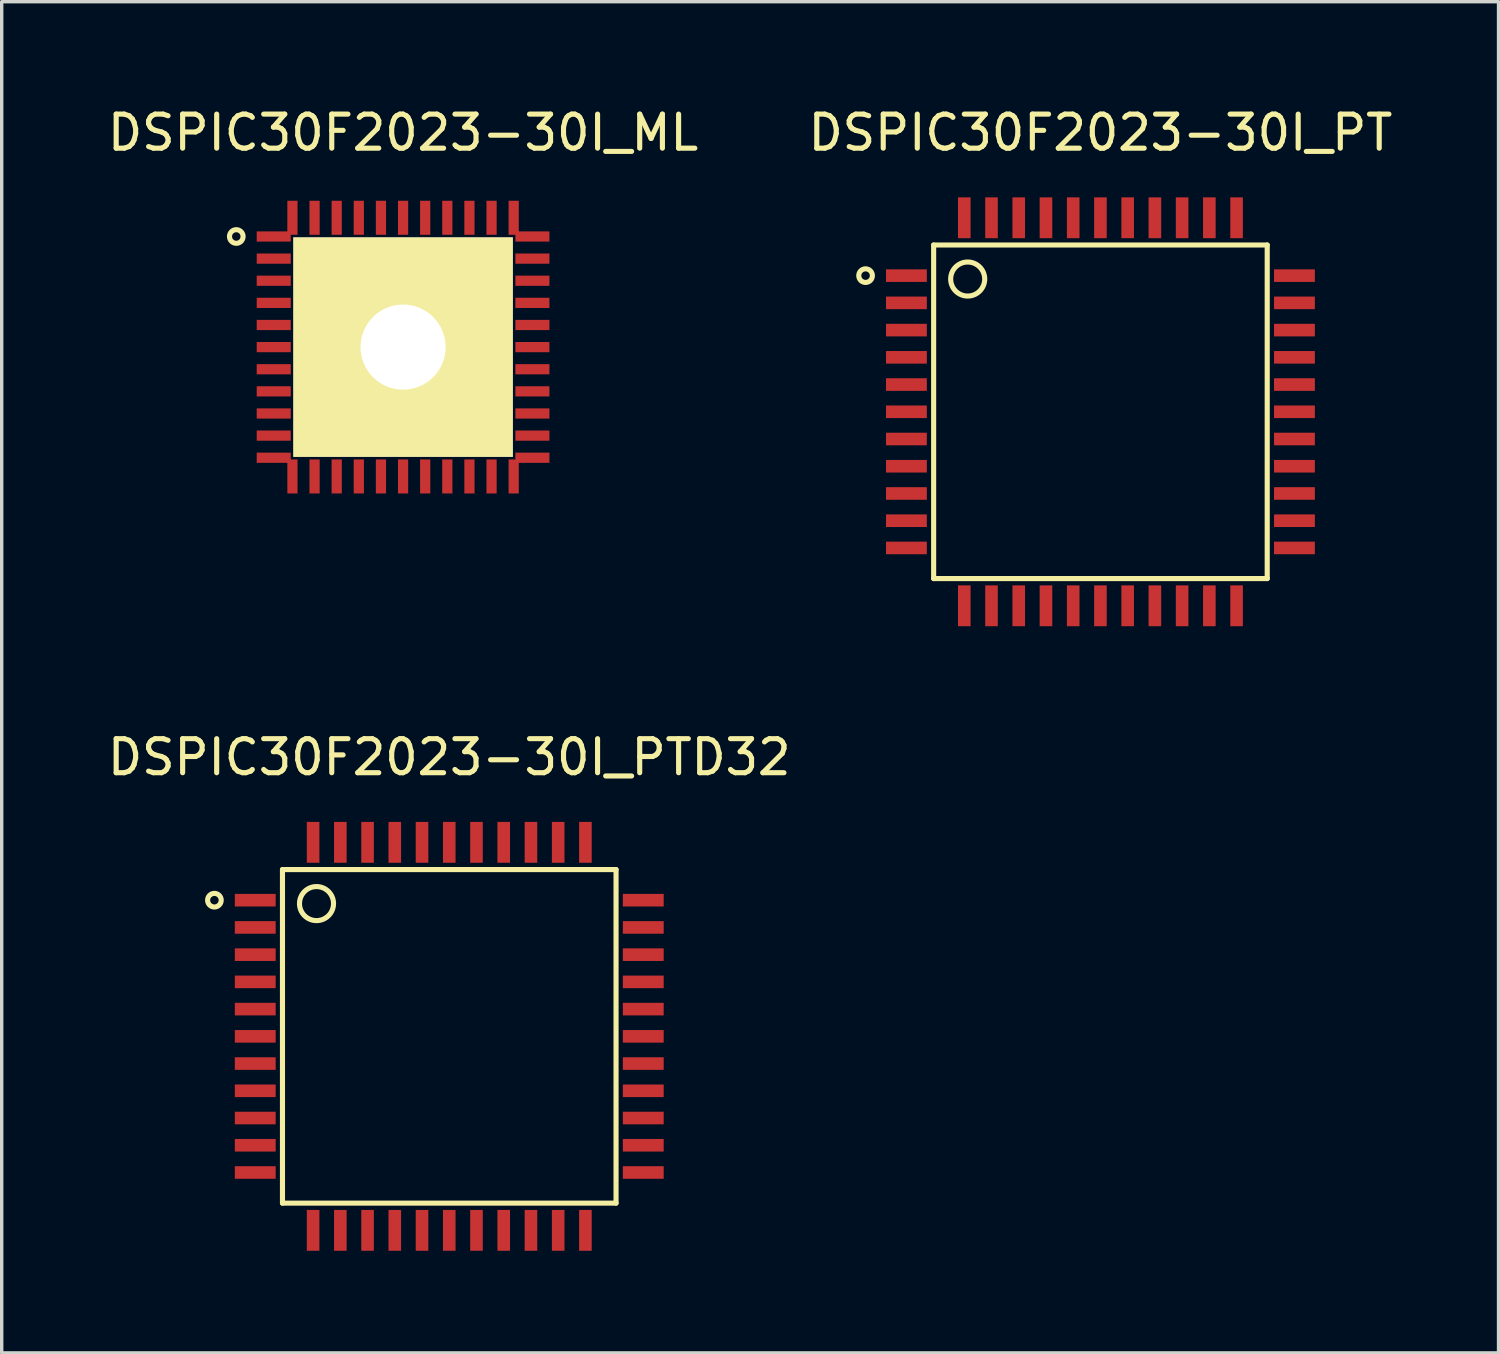
<source format=kicad_pcb>
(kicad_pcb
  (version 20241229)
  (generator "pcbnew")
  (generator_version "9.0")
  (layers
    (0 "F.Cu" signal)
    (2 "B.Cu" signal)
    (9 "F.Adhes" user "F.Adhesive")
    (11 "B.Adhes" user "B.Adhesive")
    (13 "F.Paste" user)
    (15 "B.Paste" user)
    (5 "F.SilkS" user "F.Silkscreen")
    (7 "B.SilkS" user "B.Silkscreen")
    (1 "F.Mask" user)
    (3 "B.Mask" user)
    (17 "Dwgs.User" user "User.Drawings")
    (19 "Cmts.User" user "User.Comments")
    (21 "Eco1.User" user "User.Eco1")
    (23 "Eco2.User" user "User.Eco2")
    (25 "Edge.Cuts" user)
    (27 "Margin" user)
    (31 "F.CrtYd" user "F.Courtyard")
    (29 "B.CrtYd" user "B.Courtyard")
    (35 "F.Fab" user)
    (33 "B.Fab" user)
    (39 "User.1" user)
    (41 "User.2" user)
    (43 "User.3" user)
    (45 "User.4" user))
  (footprint "DSPIC30F2023-30I_PT"
    (layer "F.Cu")
    (at 23.58 3.348)
    (property "Reference" "DSPIC30F2023-30I_PT" (at 5.7 -2.5 0) (layer "F.SilkS") (effects (font (size 1 1) (thickness 0.15))))
    (attr through_hole)
    (fp_line (start 0.8 0.8) (end 0.8 10.6) (stroke (width 0.15) (type solid)) (layer "F.SilkS"))
    (fp_line (start 0.8 0.8) (end 10.6 0.8) (stroke (width 0.15) (type solid)) (layer "F.SilkS"))
    (fp_line (start 0.8 10.6) (end 10.6 10.6) (stroke (width 0.15) (type solid)) (layer "F.SilkS"))
    (fp_line (start 10.6 10.6) (end 10.6 0.8) (stroke (width 0.15) (type solid)) (layer "F.SilkS"))
    (fp_circle (center -1.2 1.7) (end -1.2 1.5) (stroke (width 0.15) (type solid)) (fill no) (layer "F.SilkS"))
    (fp_circle (center 1.8 1.8) (end 1.8 1.3) (stroke (width 0.15) (type solid)) (fill no) (layer "F.SilkS"))
    (pad "1" smd rect (at 0 1.7) (size 1.2 0.37) (layers "F.Cu" "F.Mask" "F.Paste"))
    (pad "2" smd rect (at 0 2.5) (size 1.2 0.37) (layers "F.Cu" "F.Mask" "F.Paste"))
    (pad "3" smd rect (at 0 3.3) (size 1.2 0.37) (layers "F.Cu" "F.Mask" "F.Paste"))
    (pad "4" smd rect (at 0 4.1) (size 1.2 0.37) (layers "F.Cu" "F.Mask" "F.Paste"))
    (pad "5" smd rect (at 0 4.9) (size 1.2 0.37) (layers "F.Cu" "F.Mask" "F.Paste"))
    (pad "6" smd rect (at 0 5.7) (size 1.2 0.37) (layers "F.Cu" "F.Mask" "F.Paste"))
    (pad "7" smd rect (at 0 6.5) (size 1.2 0.37) (layers "F.Cu" "F.Mask" "F.Paste"))
    (pad "8" smd rect (at 0 7.3) (size 1.2 0.37) (layers "F.Cu" "F.Mask" "F.Paste"))
    (pad "9" smd rect (at 0 8.1) (size 1.2 0.37) (layers "F.Cu" "F.Mask" "F.Paste"))
    (pad "10" smd rect (at 0 8.9) (size 1.2 0.37) (layers "F.Cu" "F.Mask" "F.Paste"))
    (pad "11" smd rect (at 0 9.7) (size 1.2 0.37) (layers "F.Cu" "F.Mask" "F.Paste"))
    (pad "12" smd rect (at 1.7 11.4) (size 0.37 1.2) (layers "F.Cu" "F.Mask" "F.Paste"))
    (pad "13" smd rect (at 2.5 11.4) (size 0.37 1.2) (layers "F.Cu" "F.Mask" "F.Paste"))
    (pad "14" smd rect (at 3.3 11.4) (size 0.37 1.2) (layers "F.Cu" "F.Mask" "F.Paste"))
    (pad "15" smd rect (at 4.1 11.4) (size 0.37 1.2) (layers "F.Cu" "F.Mask" "F.Paste"))
    (pad "16" smd rect (at 4.9 11.4) (size 0.37 1.2) (layers "F.Cu" "F.Mask" "F.Paste"))
    (pad "17" smd rect (at 5.7 11.4) (size 0.37 1.2) (layers "F.Cu" "F.Mask" "F.Paste"))
    (pad "18" smd rect (at 6.5 11.4) (size 0.37 1.2) (layers "F.Cu" "F.Mask" "F.Paste"))
    (pad "19" smd rect (at 7.3 11.4) (size 0.37 1.2) (layers "F.Cu" "F.Mask" "F.Paste"))
    (pad "20" smd rect (at 8.1 11.4) (size 0.37 1.2) (layers "F.Cu" "F.Mask" "F.Paste"))
    (pad "21" smd rect (at 8.9 11.4) (size 0.37 1.2) (layers "F.Cu" "F.Mask" "F.Paste"))
    (pad "22" smd rect (at 9.7 11.4) (size 0.37 1.2) (layers "F.Cu" "F.Mask" "F.Paste"))
    (pad "23" smd rect (at 11.4 9.7) (size 1.2 0.37) (layers "F.Cu" "F.Mask" "F.Paste"))
    (pad "24" smd rect (at 11.4 8.9) (size 1.2 0.37) (layers "F.Cu" "F.Mask" "F.Paste"))
    (pad "25" smd rect (at 11.4 8.1) (size 1.2 0.37) (layers "F.Cu" "F.Mask" "F.Paste"))
    (pad "26" smd rect (at 11.4 7.3) (size 1.2 0.37) (layers "F.Cu" "F.Mask" "F.Paste"))
    (pad "27" smd rect (at 11.4 6.5) (size 1.2 0.37) (layers "F.Cu" "F.Mask" "F.Paste"))
    (pad "28" smd rect (at 11.4 5.7) (size 1.2 0.37) (layers "F.Cu" "F.Mask" "F.Paste"))
    (pad "29" smd rect (at 11.4 4.9) (size 1.2 0.37) (layers "F.Cu" "F.Mask" "F.Paste"))
    (pad "30" smd rect (at 11.4 4.1) (size 1.2 0.37) (layers "F.Cu" "F.Mask" "F.Paste"))
    (pad "31" smd rect (at 11.4 3.3) (size 1.2 0.37) (layers "F.Cu" "F.Mask" "F.Paste"))
    (pad "32" smd rect (at 11.4 2.5) (size 1.2 0.37) (layers "F.Cu" "F.Mask" "F.Paste"))
    (pad "33" smd rect (at 11.4 1.7) (size 1.2 0.37) (layers "F.Cu" "F.Mask" "F.Paste"))
    (pad "34" smd rect (at 9.7 0) (size 0.37 1.2) (layers "F.Cu" "F.Mask" "F.Paste"))
    (pad "35" smd rect (at 8.9 0) (size 0.37 1.2) (layers "F.Cu" "F.Mask" "F.Paste"))
    (pad "36" smd rect (at 8.1 0) (size 0.37 1.2) (layers "F.Cu" "F.Mask" "F.Paste"))
    (pad "37" smd rect (at 7.3 0) (size 0.37 1.2) (layers "F.Cu" "F.Mask" "F.Paste"))
    (pad "38" smd rect (at 6.5 0) (size 0.37 1.2) (layers "F.Cu" "F.Mask" "F.Paste"))
    (pad "39" smd rect (at 5.7 0) (size 0.37 1.2) (layers "F.Cu" "F.Mask" "F.Paste"))
    (pad "40" smd rect (at 4.9 0) (size 0.37 1.2) (layers "F.Cu" "F.Mask" "F.Paste"))
    (pad "41" smd rect (at 4.1 0) (size 0.37 1.2) (layers "F.Cu" "F.Mask" "F.Paste"))
    (pad "42" smd rect (at 3.3 0) (size 0.37 1.2) (layers "F.Cu" "F.Mask" "F.Paste"))
    (pad "43" smd rect (at 2.5 0) (size 0.37 1.2) (layers "F.Cu" "F.Mask" "F.Paste"))
    (pad "44" smd rect (at 1.7 0) (size 0.37 1.2) (layers "F.Cu" "F.Mask" "F.Paste")))
  (footprint "DSPIC30F2023-30I_PTD32"
    (layer "F.Cu")
    (at 4.449 21.697)
    (property "Reference" "DSPIC30F2023-30I_PTD32" (at 5.7 -2.5 0) (layer "F.SilkS") (effects (font (size 1 1) (thickness 0.15))))
    (attr through_hole)
    (fp_line (start 0.8 0.8) (end 0.8 10.6) (stroke (width 0.15) (type solid)) (layer "F.SilkS"))
    (fp_line (start 0.8 0.8) (end 10.6 0.8) (stroke (width 0.15) (type solid)) (layer "F.SilkS"))
    (fp_line (start 0.8 10.6) (end 10.6 10.6) (stroke (width 0.15) (type solid)) (layer "F.SilkS"))
    (fp_line (start 10.6 10.6) (end 10.6 0.8) (stroke (width 0.15) (type solid)) (layer "F.SilkS"))
    (fp_circle (center -1.2 1.7) (end -1.2 1.5) (stroke (width 0.15) (type solid)) (fill no) (layer "F.SilkS"))
    (fp_circle (center 1.8 1.8) (end 1.8 1.3) (stroke (width 0.15) (type solid)) (fill no) (layer "F.SilkS"))
    (pad "1" smd rect (at 0 1.7) (size 1.2 0.37) (layers "F.Cu" "F.Mask" "F.Paste"))
    (pad "2" smd rect (at 0 2.5) (size 1.2 0.37) (layers "F.Cu" "F.Mask" "F.Paste"))
    (pad "3" smd rect (at 0 3.3) (size 1.2 0.37) (layers "F.Cu" "F.Mask" "F.Paste"))
    (pad "4" smd rect (at 0 4.1) (size 1.2 0.37) (layers "F.Cu" "F.Mask" "F.Paste"))
    (pad "5" smd rect (at 0 4.9) (size 1.2 0.37) (layers "F.Cu" "F.Mask" "F.Paste"))
    (pad "6" smd rect (at 0 5.7) (size 1.2 0.37) (layers "F.Cu" "F.Mask" "F.Paste"))
    (pad "7" smd rect (at 0 6.5) (size 1.2 0.37) (layers "F.Cu" "F.Mask" "F.Paste"))
    (pad "8" smd rect (at 0 7.3) (size 1.2 0.37) (layers "F.Cu" "F.Mask" "F.Paste"))
    (pad "9" smd rect (at 0 8.1) (size 1.2 0.37) (layers "F.Cu" "F.Mask" "F.Paste"))
    (pad "10" smd rect (at 0 8.9) (size 1.2 0.37) (layers "F.Cu" "F.Mask" "F.Paste"))
    (pad "11" smd rect (at 0 9.7) (size 1.2 0.37) (layers "F.Cu" "F.Mask" "F.Paste"))
    (pad "12" smd rect (at 1.7 11.4) (size 0.37 1.2) (layers "F.Cu" "F.Mask" "F.Paste"))
    (pad "13" smd rect (at 2.5 11.4) (size 0.37 1.2) (layers "F.Cu" "F.Mask" "F.Paste"))
    (pad "14" smd rect (at 3.3 11.4) (size 0.37 1.2) (layers "F.Cu" "F.Mask" "F.Paste"))
    (pad "15" smd rect (at 4.1 11.4) (size 0.37 1.2) (layers "F.Cu" "F.Mask" "F.Paste"))
    (pad "16" smd rect (at 4.9 11.4) (size 0.37 1.2) (layers "F.Cu" "F.Mask" "F.Paste"))
    (pad "17" smd rect (at 5.7 11.4) (size 0.37 1.2) (layers "F.Cu" "F.Mask" "F.Paste"))
    (pad "18" smd rect (at 6.5 11.4) (size 0.37 1.2) (layers "F.Cu" "F.Mask" "F.Paste"))
    (pad "19" smd rect (at 7.3 11.4) (size 0.37 1.2) (layers "F.Cu" "F.Mask" "F.Paste"))
    (pad "20" smd rect (at 8.1 11.4) (size 0.37 1.2) (layers "F.Cu" "F.Mask" "F.Paste"))
    (pad "21" smd rect (at 8.9 11.4) (size 0.37 1.2) (layers "F.Cu" "F.Mask" "F.Paste"))
    (pad "22" smd rect (at 9.7 11.4) (size 0.37 1.2) (layers "F.Cu" "F.Mask" "F.Paste"))
    (pad "23" smd rect (at 11.4 9.7) (size 1.2 0.37) (layers "F.Cu" "F.Mask" "F.Paste"))
    (pad "24" smd rect (at 11.4 8.9) (size 1.2 0.37) (layers "F.Cu" "F.Mask" "F.Paste"))
    (pad "25" smd rect (at 11.4 8.1) (size 1.2 0.37) (layers "F.Cu" "F.Mask" "F.Paste"))
    (pad "26" smd rect (at 11.4 7.3) (size 1.2 0.37) (layers "F.Cu" "F.Mask" "F.Paste"))
    (pad "27" smd rect (at 11.4 6.5) (size 1.2 0.37) (layers "F.Cu" "F.Mask" "F.Paste"))
    (pad "28" smd rect (at 11.4 5.7) (size 1.2 0.37) (layers "F.Cu" "F.Mask" "F.Paste"))
    (pad "29" smd rect (at 11.4 4.9) (size 1.2 0.37) (layers "F.Cu" "F.Mask" "F.Paste"))
    (pad "30" smd rect (at 11.4 4.1) (size 1.2 0.37) (layers "F.Cu" "F.Mask" "F.Paste"))
    (pad "31" smd rect (at 11.4 3.3) (size 1.2 0.37) (layers "F.Cu" "F.Mask" "F.Paste"))
    (pad "32" smd rect (at 11.4 2.5) (size 1.2 0.37) (layers "F.Cu" "F.Mask" "F.Paste"))
    (pad "33" smd rect (at 11.4 1.7) (size 1.2 0.37) (layers "F.Cu" "F.Mask" "F.Paste"))
    (pad "34" smd rect (at 9.7 0) (size 0.37 1.2) (layers "F.Cu" "F.Mask" "F.Paste"))
    (pad "35" smd rect (at 8.9 0) (size 0.37 1.2) (layers "F.Cu" "F.Mask" "F.Paste"))
    (pad "36" smd rect (at 8.1 0) (size 0.37 1.2) (layers "F.Cu" "F.Mask" "F.Paste"))
    (pad "37" smd rect (at 7.3 0) (size 0.37 1.2) (layers "F.Cu" "F.Mask" "F.Paste"))
    (pad "38" smd rect (at 6.5 0) (size 0.37 1.2) (layers "F.Cu" "F.Mask" "F.Paste"))
    (pad "39" smd rect (at 5.7 0) (size 0.37 1.2) (layers "F.Cu" "F.Mask" "F.Paste"))
    (pad "40" smd rect (at 4.9 0) (size 0.37 1.2) (layers "F.Cu" "F.Mask" "F.Paste"))
    (pad "41" smd rect (at 4.1 0) (size 0.37 1.2) (layers "F.Cu" "F.Mask" "F.Paste"))
    (pad "42" smd rect (at 3.3 0) (size 0.37 1.2) (layers "F.Cu" "F.Mask" "F.Paste"))
    (pad "43" smd rect (at 2.5 0) (size 0.37 1.2) (layers "F.Cu" "F.Mask" "F.Paste"))
    (pad "44" smd rect (at 1.7 0) (size 0.37 1.2) (layers "F.Cu" "F.Mask" "F.Paste")))
  (footprint "DSPIC30F2023-30I_ML"
    (layer "F.Cu")
    (at 4.992 3.348)
    (property "Reference" "DSPIC30F2023-30I_ML" (at 3.8 -2.5 0) (layer "F.SilkS") (effects (font (size 1 1) (thickness 0.15))))
    (attr through_hole)
    (fp_line (start 0.7 0.7) (end 0.7 6.9) (stroke (width 0.15) (type solid)) (layer "F.SilkS"))
    (fp_line (start 0.7 0.7) (end 6.9 0.7) (stroke (width 0.15) (type solid)) (layer "F.SilkS"))
    (fp_line (start 0.7 6.9) (end 6.9 6.9) (stroke (width 0.15) (type solid)) (layer "F.SilkS"))
    (fp_line (start 6.9 6.9) (end 6.9 0.7) (stroke (width 0.15) (type solid)) (layer "F.SilkS"))
    (fp_circle (center -1.1 0.55) (end -1.1 0.35) (stroke (width 0.15) (type solid)) (fill no) (layer "F.SilkS"))
    (fp_circle (center 1.7 1.7) (end 1.7 1.2) (stroke (width 0.15) (type solid)) (fill no) (layer "F.SilkS"))
    (pad "1" smd rect (at 0 0.55) (size 1 0.3) (layers "F.Cu" "F.Mask" "F.Paste"))
    (pad "2" smd rect (at 0 1.2) (size 1 0.3) (layers "F.Cu" "F.Mask" "F.Paste"))
    (pad "3" smd rect (at 0 1.85) (size 1 0.3) (layers "F.Cu" "F.Mask" "F.Paste"))
    (pad "4" smd rect (at 0 2.5) (size 1 0.3) (layers "F.Cu" "F.Mask" "F.Paste"))
    (pad "5" smd rect (at 0 3.15) (size 1 0.3) (layers "F.Cu" "F.Mask" "F.Paste"))
    (pad "6" smd rect (at 0 3.8) (size 1 0.3) (layers "F.Cu" "F.Mask" "F.Paste"))
    (pad "7" smd rect (at 0 4.45) (size 1 0.3) (layers "F.Cu" "F.Mask" "F.Paste"))
    (pad "8" smd rect (at 0 5.1) (size 1 0.3) (layers "F.Cu" "F.Mask" "F.Paste"))
    (pad "9" smd rect (at 0 5.75) (size 1 0.3) (layers "F.Cu" "F.Mask" "F.Paste"))
    (pad "10" smd rect (at 0 6.4) (size 1 0.3) (layers "F.Cu" "F.Mask" "F.Paste"))
    (pad "11" smd rect (at 0 7.05) (size 1 0.3) (layers "F.Cu" "F.Mask" "F.Paste"))
    (pad "12" smd rect (at 0.55 7.6) (size 0.3 1) (layers "F.Cu" "F.Mask" "F.Paste"))
    (pad "13" smd rect (at 1.2 7.6) (size 0.3 1) (layers "F.Cu" "F.Mask" "F.Paste"))
    (pad "14" smd rect (at 1.85 7.6) (size 0.3 1) (layers "F.Cu" "F.Mask" "F.Paste"))
    (pad "15" smd rect (at 2.5 7.6) (size 0.3 1) (layers "F.Cu" "F.Mask" "F.Paste"))
    (pad "16" smd rect (at 3.15 7.6) (size 0.3 1) (layers "F.Cu" "F.Mask" "F.Paste"))
    (pad "17" smd rect (at 3.8 7.6) (size 0.3 1) (layers "F.Cu" "F.Mask" "F.Paste"))
    (pad "18" smd rect (at 4.45 7.6) (size 0.3 1) (layers "F.Cu" "F.Mask" "F.Paste"))
    (pad "19" smd rect (at 5.1 7.6) (size 0.3 1) (layers "F.Cu" "F.Mask" "F.Paste"))
    (pad "20" smd rect (at 5.75 7.6) (size 0.3 1) (layers "F.Cu" "F.Mask" "F.Paste"))
    (pad "21" smd rect (at 6.4 7.6) (size 0.3 1) (layers "F.Cu" "F.Mask" "F.Paste"))
    (pad "22" smd rect (at 7.05 7.6) (size 0.3 1) (layers "F.Cu" "F.Mask" "F.Paste"))
    (pad "23" smd rect (at 7.6 7.05) (size 1 0.3) (layers "F.Cu" "F.Mask" "F.Paste"))
    (pad "24" smd rect (at 7.6 6.4) (size 1 0.3) (layers "F.Cu" "F.Mask" "F.Paste"))
    (pad "25" smd rect (at 7.6 5.75) (size 1 0.3) (layers "F.Cu" "F.Mask" "F.Paste"))
    (pad "26" smd rect (at 7.6 5.1) (size 1 0.3) (layers "F.Cu" "F.Mask" "F.Paste"))
    (pad "27" smd rect (at 7.6 4.45) (size 1 0.3) (layers "F.Cu" "F.Mask" "F.Paste"))
    (pad "28" smd rect (at 7.6 3.8) (size 1 0.3) (layers "F.Cu" "F.Mask" "F.Paste"))
    (pad "29" smd rect (at 7.6 3.15) (size 1 0.3) (layers "F.Cu" "F.Mask" "F.Paste"))
    (pad "30" smd rect (at 7.6 2.5) (size 1 0.3) (layers "F.Cu" "F.Mask" "F.Paste"))
    (pad "31" smd rect (at 7.6 1.85) (size 1 0.3) (layers "F.Cu" "F.Mask" "F.Paste"))
    (pad "32" smd rect (at 7.6 1.2) (size 1 0.3) (layers "F.Cu" "F.Mask" "F.Paste"))
    (pad "33" smd rect (at 7.6 0.55) (size 1 0.3) (layers "F.Cu" "F.Mask" "F.Paste"))
    (pad "34" smd rect (at 7.05 0) (size 0.3 1) (layers "F.Cu" "F.Mask" "F.Paste"))
    (pad "35" smd rect (at 6.4 0) (size 0.3 1) (layers "F.Cu" "F.Mask" "F.Paste"))
    (pad "36" smd rect (at 5.75 0) (size 0.3 1) (layers "F.Cu" "F.Mask" "F.Paste"))
    (pad "37" smd rect (at 5.1 0) (size 0.3 1) (layers "F.Cu" "F.Mask" "F.Paste"))
    (pad "38" smd rect (at 4.45 0) (size 0.3 1) (layers "F.Cu" "F.Mask" "F.Paste"))
    (pad "39" smd rect (at 3.8 0) (size 0.3 1) (layers "F.Cu" "F.Mask" "F.Paste"))
    (pad "40" smd rect (at 3.15 0) (size 0.3 1) (layers "F.Cu" "F.Mask" "F.Paste"))
    (pad "41" smd rect (at 2.5 0) (size 0.3 1) (layers "F.Cu" "F.Mask" "F.Paste"))
    (pad "42" smd rect (at 1.85 0) (size 0.3 1) (layers "F.Cu" "F.Mask" "F.Paste"))
    (pad "43" smd rect (at 1.2 0) (size 0.3 1) (layers "F.Cu" "F.Mask" "F.Paste"))
    (pad "44" smd rect (at 0.55 0) (size 0.3 1) (layers "F.Cu" "F.Mask" "F.Paste"))
    (pad "999" thru_hole rect (at 3.8 3.8) (size 6.45 6.45) (drill 2.5) (layers "*.Cu" "*.Mask" "F.SilkS")))
  (gr_rect
    (start -3 -3)
    (end 40.976 36.697)
    (stroke (width 0.1) (type default))
    (fill no)
    (layer "Edge.Cuts")))
</source>
